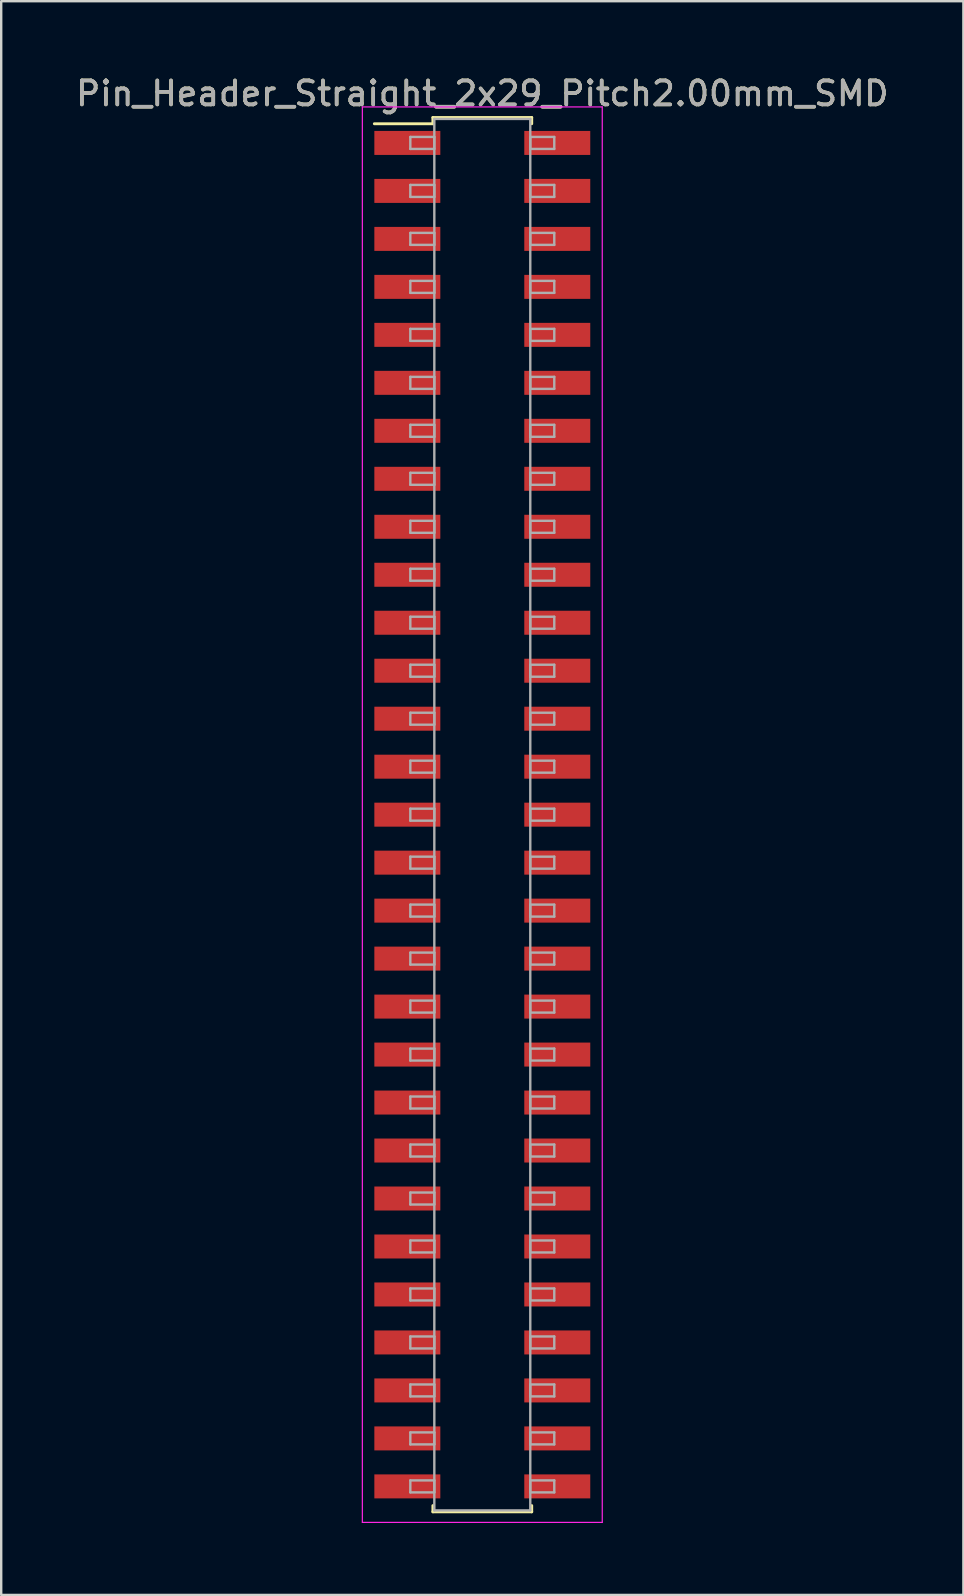
<source format=kicad_pcb>
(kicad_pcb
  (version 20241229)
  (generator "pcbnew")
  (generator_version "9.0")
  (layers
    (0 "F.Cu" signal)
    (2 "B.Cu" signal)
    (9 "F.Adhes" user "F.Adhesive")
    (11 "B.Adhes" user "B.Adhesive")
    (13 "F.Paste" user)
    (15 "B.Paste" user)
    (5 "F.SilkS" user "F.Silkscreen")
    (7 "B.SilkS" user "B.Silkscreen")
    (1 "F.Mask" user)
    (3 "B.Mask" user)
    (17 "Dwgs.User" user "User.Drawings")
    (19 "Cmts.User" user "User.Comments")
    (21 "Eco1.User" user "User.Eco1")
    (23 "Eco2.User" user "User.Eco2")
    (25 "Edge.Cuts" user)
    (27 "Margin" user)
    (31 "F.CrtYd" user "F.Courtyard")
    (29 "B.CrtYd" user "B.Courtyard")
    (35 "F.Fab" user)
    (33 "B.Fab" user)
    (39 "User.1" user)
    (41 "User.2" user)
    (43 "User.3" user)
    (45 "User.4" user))
  (footprint "Pin_Header_Straight_2x29_Pitch2.00mm_SMD"
    (layer "F.Cu")
    (at 17.054 30.908)
    (property "Reference" "Pin_Header_Straight_2x29_Pitch2.00mm_SMD" (at 0 -30.06 0) (layer "F.SilkS") (effects (font (size 1 1) (thickness 0.15))))
    (attr smd)
    (fp_line (start -4.5 -28.8) (end -2.06 -28.8) (stroke (width 0.12) (type solid)) (layer "F.SilkS"))
    (fp_line (start -2.06 -29.06) (end 2.06 -29.06) (stroke (width 0.12) (type solid)) (layer "F.SilkS"))
    (fp_line (start -2.06 -28.8) (end -2.06 -29.06) (stroke (width 0.12) (type solid)) (layer "F.SilkS"))
    (fp_line (start -2.06 28.8) (end -2.06 29.06) (stroke (width 0.12) (type solid)) (layer "F.SilkS"))
    (fp_line (start -2.06 29.06) (end 2.06 29.06) (stroke (width 0.12) (type solid)) (layer "F.SilkS"))
    (fp_line (start 2.06 -29.06) (end 2.06 -28.8) (stroke (width 0.12) (type solid)) (layer "F.SilkS"))
    (fp_line (start 2.06 29.06) (end 2.06 28.8) (stroke (width 0.12) (type solid)) (layer "F.SilkS"))
    (fp_line (start -5 -29.5) (end -5 29.5) (stroke (width 0.05) (type solid)) (layer "F.CrtYd"))
    (fp_line (start -5 29.5) (end 5 29.5) (stroke (width 0.05) (type solid)) (layer "F.CrtYd"))
    (fp_line (start 5 -29.5) (end -5 -29.5) (stroke (width 0.05) (type solid)) (layer "F.CrtYd"))
    (fp_line (start 5 29.5) (end 5 -29.5) (stroke (width 0.05) (type solid)) (layer "F.CrtYd"))
    (fp_line (start -3 -28.25) (end -2 -28.25) (stroke (width 0.1) (type solid)) (layer "F.Fab"))
    (fp_line (start -3 -27.75) (end -3 -28.25) (stroke (width 0.1) (type solid)) (layer "F.Fab"))
    (fp_line (start -3 -26.25) (end -2 -26.25) (stroke (width 0.1) (type solid)) (layer "F.Fab"))
    (fp_line (start -3 -25.75) (end -3 -26.25) (stroke (width 0.1) (type solid)) (layer "F.Fab"))
    (fp_line (start -3 -24.25) (end -2 -24.25) (stroke (width 0.1) (type solid)) (layer "F.Fab"))
    (fp_line (start -3 -23.75) (end -3 -24.25) (stroke (width 0.1) (type solid)) (layer "F.Fab"))
    (fp_line (start -3 -22.25) (end -2 -22.25) (stroke (width 0.1) (type solid)) (layer "F.Fab"))
    (fp_line (start -3 -21.75) (end -3 -22.25) (stroke (width 0.1) (type solid)) (layer "F.Fab"))
    (fp_line (start -3 -20.25) (end -2 -20.25) (stroke (width 0.1) (type solid)) (layer "F.Fab"))
    (fp_line (start -3 -19.75) (end -3 -20.25) (stroke (width 0.1) (type solid)) (layer "F.Fab"))
    (fp_line (start -3 -18.25) (end -2 -18.25) (stroke (width 0.1) (type solid)) (layer "F.Fab"))
    (fp_line (start -3 -17.75) (end -3 -18.25) (stroke (width 0.1) (type solid)) (layer "F.Fab"))
    (fp_line (start -3 -16.25) (end -2 -16.25) (stroke (width 0.1) (type solid)) (layer "F.Fab"))
    (fp_line (start -3 -15.75) (end -3 -16.25) (stroke (width 0.1) (type solid)) (layer "F.Fab"))
    (fp_line (start -3 -14.25) (end -2 -14.25) (stroke (width 0.1) (type solid)) (layer "F.Fab"))
    (fp_line (start -3 -13.75) (end -3 -14.25) (stroke (width 0.1) (type solid)) (layer "F.Fab"))
    (fp_line (start -3 -12.25) (end -2 -12.25) (stroke (width 0.1) (type solid)) (layer "F.Fab"))
    (fp_line (start -3 -11.75) (end -3 -12.25) (stroke (width 0.1) (type solid)) (layer "F.Fab"))
    (fp_line (start -3 -10.25) (end -2 -10.25) (stroke (width 0.1) (type solid)) (layer "F.Fab"))
    (fp_line (start -3 -9.75) (end -3 -10.25) (stroke (width 0.1) (type solid)) (layer "F.Fab"))
    (fp_line (start -3 -8.25) (end -2 -8.25) (stroke (width 0.1) (type solid)) (layer "F.Fab"))
    (fp_line (start -3 -7.75) (end -3 -8.25) (stroke (width 0.1) (type solid)) (layer "F.Fab"))
    (fp_line (start -3 -6.25) (end -2 -6.25) (stroke (width 0.1) (type solid)) (layer "F.Fab"))
    (fp_line (start -3 -5.75) (end -3 -6.25) (stroke (width 0.1) (type solid)) (layer "F.Fab"))
    (fp_line (start -3 -4.25) (end -2 -4.25) (stroke (width 0.1) (type solid)) (layer "F.Fab"))
    (fp_line (start -3 -3.75) (end -3 -4.25) (stroke (width 0.1) (type solid)) (layer "F.Fab"))
    (fp_line (start -3 -2.25) (end -2 -2.25) (stroke (width 0.1) (type solid)) (layer "F.Fab"))
    (fp_line (start -3 -1.75) (end -3 -2.25) (stroke (width 0.1) (type solid)) (layer "F.Fab"))
    (fp_line (start -3 -0.25) (end -2 -0.25) (stroke (width 0.1) (type solid)) (layer "F.Fab"))
    (fp_line (start -3 0.25) (end -3 -0.25) (stroke (width 0.1) (type solid)) (layer "F.Fab"))
    (fp_line (start -3 1.75) (end -2 1.75) (stroke (width 0.1) (type solid)) (layer "F.Fab"))
    (fp_line (start -3 2.25) (end -3 1.75) (stroke (width 0.1) (type solid)) (layer "F.Fab"))
    (fp_line (start -3 3.75) (end -2 3.75) (stroke (width 0.1) (type solid)) (layer "F.Fab"))
    (fp_line (start -3 4.25) (end -3 3.75) (stroke (width 0.1) (type solid)) (layer "F.Fab"))
    (fp_line (start -3 5.75) (end -2 5.75) (stroke (width 0.1) (type solid)) (layer "F.Fab"))
    (fp_line (start -3 6.25) (end -3 5.75) (stroke (width 0.1) (type solid)) (layer "F.Fab"))
    (fp_line (start -3 7.75) (end -2 7.75) (stroke (width 0.1) (type solid)) (layer "F.Fab"))
    (fp_line (start -3 8.25) (end -3 7.75) (stroke (width 0.1) (type solid)) (layer "F.Fab"))
    (fp_line (start -3 9.75) (end -2 9.75) (stroke (width 0.1) (type solid)) (layer "F.Fab"))
    (fp_line (start -3 10.25) (end -3 9.75) (stroke (width 0.1) (type solid)) (layer "F.Fab"))
    (fp_line (start -3 11.75) (end -2 11.75) (stroke (width 0.1) (type solid)) (layer "F.Fab"))
    (fp_line (start -3 12.25) (end -3 11.75) (stroke (width 0.1) (type solid)) (layer "F.Fab"))
    (fp_line (start -3 13.75) (end -2 13.75) (stroke (width 0.1) (type solid)) (layer "F.Fab"))
    (fp_line (start -3 14.25) (end -3 13.75) (stroke (width 0.1) (type solid)) (layer "F.Fab"))
    (fp_line (start -3 15.75) (end -2 15.75) (stroke (width 0.1) (type solid)) (layer "F.Fab"))
    (fp_line (start -3 16.25) (end -3 15.75) (stroke (width 0.1) (type solid)) (layer "F.Fab"))
    (fp_line (start -3 17.75) (end -2 17.75) (stroke (width 0.1) (type solid)) (layer "F.Fab"))
    (fp_line (start -3 18.25) (end -3 17.75) (stroke (width 0.1) (type solid)) (layer "F.Fab"))
    (fp_line (start -3 19.75) (end -2 19.75) (stroke (width 0.1) (type solid)) (layer "F.Fab"))
    (fp_line (start -3 20.25) (end -3 19.75) (stroke (width 0.1) (type solid)) (layer "F.Fab"))
    (fp_line (start -3 21.75) (end -2 21.75) (stroke (width 0.1) (type solid)) (layer "F.Fab"))
    (fp_line (start -3 22.25) (end -3 21.75) (stroke (width 0.1) (type solid)) (layer "F.Fab"))
    (fp_line (start -3 23.75) (end -2 23.75) (stroke (width 0.1) (type solid)) (layer "F.Fab"))
    (fp_line (start -3 24.25) (end -3 23.75) (stroke (width 0.1) (type solid)) (layer "F.Fab"))
    (fp_line (start -3 25.75) (end -2 25.75) (stroke (width 0.1) (type solid)) (layer "F.Fab"))
    (fp_line (start -3 26.25) (end -3 25.75) (stroke (width 0.1) (type solid)) (layer "F.Fab"))
    (fp_line (start -3 27.75) (end -2 27.75) (stroke (width 0.1) (type solid)) (layer "F.Fab"))
    (fp_line (start -3 28.25) (end -3 27.75) (stroke (width 0.1) (type solid)) (layer "F.Fab"))
    (fp_line (start -2 -29) (end -2 29) (stroke (width 0.1) (type solid)) (layer "F.Fab"))
    (fp_line (start -2 -28.25) (end -2 -27.75) (stroke (width 0.1) (type solid)) (layer "F.Fab"))
    (fp_line (start -2 -27.75) (end -3 -27.75) (stroke (width 0.1) (type solid)) (layer "F.Fab"))
    (fp_line (start -2 -26.25) (end -2 -25.75) (stroke (width 0.1) (type solid)) (layer "F.Fab"))
    (fp_line (start -2 -25.75) (end -3 -25.75) (stroke (width 0.1) (type solid)) (layer "F.Fab"))
    (fp_line (start -2 -24.25) (end -2 -23.75) (stroke (width 0.1) (type solid)) (layer "F.Fab"))
    (fp_line (start -2 -23.75) (end -3 -23.75) (stroke (width 0.1) (type solid)) (layer "F.Fab"))
    (fp_line (start -2 -22.25) (end -2 -21.75) (stroke (width 0.1) (type solid)) (layer "F.Fab"))
    (fp_line (start -2 -21.75) (end -3 -21.75) (stroke (width 0.1) (type solid)) (layer "F.Fab"))
    (fp_line (start -2 -20.25) (end -2 -19.75) (stroke (width 0.1) (type solid)) (layer "F.Fab"))
    (fp_line (start -2 -19.75) (end -3 -19.75) (stroke (width 0.1) (type solid)) (layer "F.Fab"))
    (fp_line (start -2 -18.25) (end -2 -17.75) (stroke (width 0.1) (type solid)) (layer "F.Fab"))
    (fp_line (start -2 -17.75) (end -3 -17.75) (stroke (width 0.1) (type solid)) (layer "F.Fab"))
    (fp_line (start -2 -16.25) (end -2 -15.75) (stroke (width 0.1) (type solid)) (layer "F.Fab"))
    (fp_line (start -2 -15.75) (end -3 -15.75) (stroke (width 0.1) (type solid)) (layer "F.Fab"))
    (fp_line (start -2 -14.25) (end -2 -13.75) (stroke (width 0.1) (type solid)) (layer "F.Fab"))
    (fp_line (start -2 -13.75) (end -3 -13.75) (stroke (width 0.1) (type solid)) (layer "F.Fab"))
    (fp_line (start -2 -12.25) (end -2 -11.75) (stroke (width 0.1) (type solid)) (layer "F.Fab"))
    (fp_line (start -2 -11.75) (end -3 -11.75) (stroke (width 0.1) (type solid)) (layer "F.Fab"))
    (fp_line (start -2 -10.25) (end -2 -9.75) (stroke (width 0.1) (type solid)) (layer "F.Fab"))
    (fp_line (start -2 -9.75) (end -3 -9.75) (stroke (width 0.1) (type solid)) (layer "F.Fab"))
    (fp_line (start -2 -8.25) (end -2 -7.75) (stroke (width 0.1) (type solid)) (layer "F.Fab"))
    (fp_line (start -2 -7.75) (end -3 -7.75) (stroke (width 0.1) (type solid)) (layer "F.Fab"))
    (fp_line (start -2 -6.25) (end -2 -5.75) (stroke (width 0.1) (type solid)) (layer "F.Fab"))
    (fp_line (start -2 -5.75) (end -3 -5.75) (stroke (width 0.1) (type solid)) (layer "F.Fab"))
    (fp_line (start -2 -4.25) (end -2 -3.75) (stroke (width 0.1) (type solid)) (layer "F.Fab"))
    (fp_line (start -2 -3.75) (end -3 -3.75) (stroke (width 0.1) (type solid)) (layer "F.Fab"))
    (fp_line (start -2 -2.25) (end -2 -1.75) (stroke (width 0.1) (type solid)) (layer "F.Fab"))
    (fp_line (start -2 -1.75) (end -3 -1.75) (stroke (width 0.1) (type solid)) (layer "F.Fab"))
    (fp_line (start -2 -0.25) (end -2 0.25) (stroke (width 0.1) (type solid)) (layer "F.Fab"))
    (fp_line (start -2 0.25) (end -3 0.25) (stroke (width 0.1) (type solid)) (layer "F.Fab"))
    (fp_line (start -2 1.75) (end -2 2.25) (stroke (width 0.1) (type solid)) (layer "F.Fab"))
    (fp_line (start -2 2.25) (end -3 2.25) (stroke (width 0.1) (type solid)) (layer "F.Fab"))
    (fp_line (start -2 3.75) (end -2 4.25) (stroke (width 0.1) (type solid)) (layer "F.Fab"))
    (fp_line (start -2 4.25) (end -3 4.25) (stroke (width 0.1) (type solid)) (layer "F.Fab"))
    (fp_line (start -2 5.75) (end -2 6.25) (stroke (width 0.1) (type solid)) (layer "F.Fab"))
    (fp_line (start -2 6.25) (end -3 6.25) (stroke (width 0.1) (type solid)) (layer "F.Fab"))
    (fp_line (start -2 7.75) (end -2 8.25) (stroke (width 0.1) (type solid)) (layer "F.Fab"))
    (fp_line (start -2 8.25) (end -3 8.25) (stroke (width 0.1) (type solid)) (layer "F.Fab"))
    (fp_line (start -2 9.75) (end -2 10.25) (stroke (width 0.1) (type solid)) (layer "F.Fab"))
    (fp_line (start -2 10.25) (end -3 10.25) (stroke (width 0.1) (type solid)) (layer "F.Fab"))
    (fp_line (start -2 11.75) (end -2 12.25) (stroke (width 0.1) (type solid)) (layer "F.Fab"))
    (fp_line (start -2 12.25) (end -3 12.25) (stroke (width 0.1) (type solid)) (layer "F.Fab"))
    (fp_line (start -2 13.75) (end -2 14.25) (stroke (width 0.1) (type solid)) (layer "F.Fab"))
    (fp_line (start -2 14.25) (end -3 14.25) (stroke (width 0.1) (type solid)) (layer "F.Fab"))
    (fp_line (start -2 15.75) (end -2 16.25) (stroke (width 0.1) (type solid)) (layer "F.Fab"))
    (fp_line (start -2 16.25) (end -3 16.25) (stroke (width 0.1) (type solid)) (layer "F.Fab"))
    (fp_line (start -2 17.75) (end -2 18.25) (stroke (width 0.1) (type solid)) (layer "F.Fab"))
    (fp_line (start -2 18.25) (end -3 18.25) (stroke (width 0.1) (type solid)) (layer "F.Fab"))
    (fp_line (start -2 19.75) (end -2 20.25) (stroke (width 0.1) (type solid)) (layer "F.Fab"))
    (fp_line (start -2 20.25) (end -3 20.25) (stroke (width 0.1) (type solid)) (layer "F.Fab"))
    (fp_line (start -2 21.75) (end -2 22.25) (stroke (width 0.1) (type solid)) (layer "F.Fab"))
    (fp_line (start -2 22.25) (end -3 22.25) (stroke (width 0.1) (type solid)) (layer "F.Fab"))
    (fp_line (start -2 23.75) (end -2 24.25) (stroke (width 0.1) (type solid)) (layer "F.Fab"))
    (fp_line (start -2 24.25) (end -3 24.25) (stroke (width 0.1) (type solid)) (layer "F.Fab"))
    (fp_line (start -2 25.75) (end -2 26.25) (stroke (width 0.1) (type solid)) (layer "F.Fab"))
    (fp_line (start -2 26.25) (end -3 26.25) (stroke (width 0.1) (type solid)) (layer "F.Fab"))
    (fp_line (start -2 27.75) (end -2 28.25) (stroke (width 0.1) (type solid)) (layer "F.Fab"))
    (fp_line (start -2 28.25) (end -3 28.25) (stroke (width 0.1) (type solid)) (layer "F.Fab"))
    (fp_line (start -2 29) (end 2 29) (stroke (width 0.1) (type solid)) (layer "F.Fab"))
    (fp_line (start 2 -29) (end -2 -29) (stroke (width 0.1) (type solid)) (layer "F.Fab"))
    (fp_line (start 2 -28.25) (end 2 -27.75) (stroke (width 0.1) (type solid)) (layer "F.Fab"))
    (fp_line (start 2 -27.75) (end 3 -27.75) (stroke (width 0.1) (type solid)) (layer "F.Fab"))
    (fp_line (start 2 -26.25) (end 2 -25.75) (stroke (width 0.1) (type solid)) (layer "F.Fab"))
    (fp_line (start 2 -25.75) (end 3 -25.75) (stroke (width 0.1) (type solid)) (layer "F.Fab"))
    (fp_line (start 2 -24.25) (end 2 -23.75) (stroke (width 0.1) (type solid)) (layer "F.Fab"))
    (fp_line (start 2 -23.75) (end 3 -23.75) (stroke (width 0.1) (type solid)) (layer "F.Fab"))
    (fp_line (start 2 -22.25) (end 2 -21.75) (stroke (width 0.1) (type solid)) (layer "F.Fab"))
    (fp_line (start 2 -21.75) (end 3 -21.75) (stroke (width 0.1) (type solid)) (layer "F.Fab"))
    (fp_line (start 2 -20.25) (end 2 -19.75) (stroke (width 0.1) (type solid)) (layer "F.Fab"))
    (fp_line (start 2 -19.75) (end 3 -19.75) (stroke (width 0.1) (type solid)) (layer "F.Fab"))
    (fp_line (start 2 -18.25) (end 2 -17.75) (stroke (width 0.1) (type solid)) (layer "F.Fab"))
    (fp_line (start 2 -17.75) (end 3 -17.75) (stroke (width 0.1) (type solid)) (layer "F.Fab"))
    (fp_line (start 2 -16.25) (end 2 -15.75) (stroke (width 0.1) (type solid)) (layer "F.Fab"))
    (fp_line (start 2 -15.75) (end 3 -15.75) (stroke (width 0.1) (type solid)) (layer "F.Fab"))
    (fp_line (start 2 -14.25) (end 2 -13.75) (stroke (width 0.1) (type solid)) (layer "F.Fab"))
    (fp_line (start 2 -13.75) (end 3 -13.75) (stroke (width 0.1) (type solid)) (layer "F.Fab"))
    (fp_line (start 2 -12.25) (end 2 -11.75) (stroke (width 0.1) (type solid)) (layer "F.Fab"))
    (fp_line (start 2 -11.75) (end 3 -11.75) (stroke (width 0.1) (type solid)) (layer "F.Fab"))
    (fp_line (start 2 -10.25) (end 2 -9.75) (stroke (width 0.1) (type solid)) (layer "F.Fab"))
    (fp_line (start 2 -9.75) (end 3 -9.75) (stroke (width 0.1) (type solid)) (layer "F.Fab"))
    (fp_line (start 2 -8.25) (end 2 -7.75) (stroke (width 0.1) (type solid)) (layer "F.Fab"))
    (fp_line (start 2 -7.75) (end 3 -7.75) (stroke (width 0.1) (type solid)) (layer "F.Fab"))
    (fp_line (start 2 -6.25) (end 2 -5.75) (stroke (width 0.1) (type solid)) (layer "F.Fab"))
    (fp_line (start 2 -5.75) (end 3 -5.75) (stroke (width 0.1) (type solid)) (layer "F.Fab"))
    (fp_line (start 2 -4.25) (end 2 -3.75) (stroke (width 0.1) (type solid)) (layer "F.Fab"))
    (fp_line (start 2 -3.75) (end 3 -3.75) (stroke (width 0.1) (type solid)) (layer "F.Fab"))
    (fp_line (start 2 -2.25) (end 2 -1.75) (stroke (width 0.1) (type solid)) (layer "F.Fab"))
    (fp_line (start 2 -1.75) (end 3 -1.75) (stroke (width 0.1) (type solid)) (layer "F.Fab"))
    (fp_line (start 2 -0.25) (end 2 0.25) (stroke (width 0.1) (type solid)) (layer "F.Fab"))
    (fp_line (start 2 0.25) (end 3 0.25) (stroke (width 0.1) (type solid)) (layer "F.Fab"))
    (fp_line (start 2 1.75) (end 2 2.25) (stroke (width 0.1) (type solid)) (layer "F.Fab"))
    (fp_line (start 2 2.25) (end 3 2.25) (stroke (width 0.1) (type solid)) (layer "F.Fab"))
    (fp_line (start 2 3.75) (end 2 4.25) (stroke (width 0.1) (type solid)) (layer "F.Fab"))
    (fp_line (start 2 4.25) (end 3 4.25) (stroke (width 0.1) (type solid)) (layer "F.Fab"))
    (fp_line (start 2 5.75) (end 2 6.25) (stroke (width 0.1) (type solid)) (layer "F.Fab"))
    (fp_line (start 2 6.25) (end 3 6.25) (stroke (width 0.1) (type solid)) (layer "F.Fab"))
    (fp_line (start 2 7.75) (end 2 8.25) (stroke (width 0.1) (type solid)) (layer "F.Fab"))
    (fp_line (start 2 8.25) (end 3 8.25) (stroke (width 0.1) (type solid)) (layer "F.Fab"))
    (fp_line (start 2 9.75) (end 2 10.25) (stroke (width 0.1) (type solid)) (layer "F.Fab"))
    (fp_line (start 2 10.25) (end 3 10.25) (stroke (width 0.1) (type solid)) (layer "F.Fab"))
    (fp_line (start 2 11.75) (end 2 12.25) (stroke (width 0.1) (type solid)) (layer "F.Fab"))
    (fp_line (start 2 12.25) (end 3 12.25) (stroke (width 0.1) (type solid)) (layer "F.Fab"))
    (fp_line (start 2 13.75) (end 2 14.25) (stroke (width 0.1) (type solid)) (layer "F.Fab"))
    (fp_line (start 2 14.25) (end 3 14.25) (stroke (width 0.1) (type solid)) (layer "F.Fab"))
    (fp_line (start 2 15.75) (end 2 16.25) (stroke (width 0.1) (type solid)) (layer "F.Fab"))
    (fp_line (start 2 16.25) (end 3 16.25) (stroke (width 0.1) (type solid)) (layer "F.Fab"))
    (fp_line (start 2 17.75) (end 2 18.25) (stroke (width 0.1) (type solid)) (layer "F.Fab"))
    (fp_line (start 2 18.25) (end 3 18.25) (stroke (width 0.1) (type solid)) (layer "F.Fab"))
    (fp_line (start 2 19.75) (end 2 20.25) (stroke (width 0.1) (type solid)) (layer "F.Fab"))
    (fp_line (start 2 20.25) (end 3 20.25) (stroke (width 0.1) (type solid)) (layer "F.Fab"))
    (fp_line (start 2 21.75) (end 2 22.25) (stroke (width 0.1) (type solid)) (layer "F.Fab"))
    (fp_line (start 2 22.25) (end 3 22.25) (stroke (width 0.1) (type solid)) (layer "F.Fab"))
    (fp_line (start 2 23.75) (end 2 24.25) (stroke (width 0.1) (type solid)) (layer "F.Fab"))
    (fp_line (start 2 24.25) (end 3 24.25) (stroke (width 0.1) (type solid)) (layer "F.Fab"))
    (fp_line (start 2 25.75) (end 2 26.25) (stroke (width 0.1) (type solid)) (layer "F.Fab"))
    (fp_line (start 2 26.25) (end 3 26.25) (stroke (width 0.1) (type solid)) (layer "F.Fab"))
    (fp_line (start 2 27.75) (end 2 28.25) (stroke (width 0.1) (type solid)) (layer "F.Fab"))
    (fp_line (start 2 28.25) (end 3 28.25) (stroke (width 0.1) (type solid)) (layer "F.Fab"))
    (fp_line (start 2 29) (end 2 -29) (stroke (width 0.1) (type solid)) (layer "F.Fab"))
    (fp_line (start 3 -28.25) (end 2 -28.25) (stroke (width 0.1) (type solid)) (layer "F.Fab"))
    (fp_line (start 3 -27.75) (end 3 -28.25) (stroke (width 0.1) (type solid)) (layer "F.Fab"))
    (fp_line (start 3 -26.25) (end 2 -26.25) (stroke (width 0.1) (type solid)) (layer "F.Fab"))
    (fp_line (start 3 -25.75) (end 3 -26.25) (stroke (width 0.1) (type solid)) (layer "F.Fab"))
    (fp_line (start 3 -24.25) (end 2 -24.25) (stroke (width 0.1) (type solid)) (layer "F.Fab"))
    (fp_line (start 3 -23.75) (end 3 -24.25) (stroke (width 0.1) (type solid)) (layer "F.Fab"))
    (fp_line (start 3 -22.25) (end 2 -22.25) (stroke (width 0.1) (type solid)) (layer "F.Fab"))
    (fp_line (start 3 -21.75) (end 3 -22.25) (stroke (width 0.1) (type solid)) (layer "F.Fab"))
    (fp_line (start 3 -20.25) (end 2 -20.25) (stroke (width 0.1) (type solid)) (layer "F.Fab"))
    (fp_line (start 3 -19.75) (end 3 -20.25) (stroke (width 0.1) (type solid)) (layer "F.Fab"))
    (fp_line (start 3 -18.25) (end 2 -18.25) (stroke (width 0.1) (type solid)) (layer "F.Fab"))
    (fp_line (start 3 -17.75) (end 3 -18.25) (stroke (width 0.1) (type solid)) (layer "F.Fab"))
    (fp_line (start 3 -16.25) (end 2 -16.25) (stroke (width 0.1) (type solid)) (layer "F.Fab"))
    (fp_line (start 3 -15.75) (end 3 -16.25) (stroke (width 0.1) (type solid)) (layer "F.Fab"))
    (fp_line (start 3 -14.25) (end 2 -14.25) (stroke (width 0.1) (type solid)) (layer "F.Fab"))
    (fp_line (start 3 -13.75) (end 3 -14.25) (stroke (width 0.1) (type solid)) (layer "F.Fab"))
    (fp_line (start 3 -12.25) (end 2 -12.25) (stroke (width 0.1) (type solid)) (layer "F.Fab"))
    (fp_line (start 3 -11.75) (end 3 -12.25) (stroke (width 0.1) (type solid)) (layer "F.Fab"))
    (fp_line (start 3 -10.25) (end 2 -10.25) (stroke (width 0.1) (type solid)) (layer "F.Fab"))
    (fp_line (start 3 -9.75) (end 3 -10.25) (stroke (width 0.1) (type solid)) (layer "F.Fab"))
    (fp_line (start 3 -8.25) (end 2 -8.25) (stroke (width 0.1) (type solid)) (layer "F.Fab"))
    (fp_line (start 3 -7.75) (end 3 -8.25) (stroke (width 0.1) (type solid)) (layer "F.Fab"))
    (fp_line (start 3 -6.25) (end 2 -6.25) (stroke (width 0.1) (type solid)) (layer "F.Fab"))
    (fp_line (start 3 -5.75) (end 3 -6.25) (stroke (width 0.1) (type solid)) (layer "F.Fab"))
    (fp_line (start 3 -4.25) (end 2 -4.25) (stroke (width 0.1) (type solid)) (layer "F.Fab"))
    (fp_line (start 3 -3.75) (end 3 -4.25) (stroke (width 0.1) (type solid)) (layer "F.Fab"))
    (fp_line (start 3 -2.25) (end 2 -2.25) (stroke (width 0.1) (type solid)) (layer "F.Fab"))
    (fp_line (start 3 -1.75) (end 3 -2.25) (stroke (width 0.1) (type solid)) (layer "F.Fab"))
    (fp_line (start 3 -0.25) (end 2 -0.25) (stroke (width 0.1) (type solid)) (layer "F.Fab"))
    (fp_line (start 3 0.25) (end 3 -0.25) (stroke (width 0.1) (type solid)) (layer "F.Fab"))
    (fp_line (start 3 1.75) (end 2 1.75) (stroke (width 0.1) (type solid)) (layer "F.Fab"))
    (fp_line (start 3 2.25) (end 3 1.75) (stroke (width 0.1) (type solid)) (layer "F.Fab"))
    (fp_line (start 3 3.75) (end 2 3.75) (stroke (width 0.1) (type solid)) (layer "F.Fab"))
    (fp_line (start 3 4.25) (end 3 3.75) (stroke (width 0.1) (type solid)) (layer "F.Fab"))
    (fp_line (start 3 5.75) (end 2 5.75) (stroke (width 0.1) (type solid)) (layer "F.Fab"))
    (fp_line (start 3 6.25) (end 3 5.75) (stroke (width 0.1) (type solid)) (layer "F.Fab"))
    (fp_line (start 3 7.75) (end 2 7.75) (stroke (width 0.1) (type solid)) (layer "F.Fab"))
    (fp_line (start 3 8.25) (end 3 7.75) (stroke (width 0.1) (type solid)) (layer "F.Fab"))
    (fp_line (start 3 9.75) (end 2 9.75) (stroke (width 0.1) (type solid)) (layer "F.Fab"))
    (fp_line (start 3 10.25) (end 3 9.75) (stroke (width 0.1) (type solid)) (layer "F.Fab"))
    (fp_line (start 3 11.75) (end 2 11.75) (stroke (width 0.1) (type solid)) (layer "F.Fab"))
    (fp_line (start 3 12.25) (end 3 11.75) (stroke (width 0.1) (type solid)) (layer "F.Fab"))
    (fp_line (start 3 13.75) (end 2 13.75) (stroke (width 0.1) (type solid)) (layer "F.Fab"))
    (fp_line (start 3 14.25) (end 3 13.75) (stroke (width 0.1) (type solid)) (layer "F.Fab"))
    (fp_line (start 3 15.75) (end 2 15.75) (stroke (width 0.1) (type solid)) (layer "F.Fab"))
    (fp_line (start 3 16.25) (end 3 15.75) (stroke (width 0.1) (type solid)) (layer "F.Fab"))
    (fp_line (start 3 17.75) (end 2 17.75) (stroke (width 0.1) (type solid)) (layer "F.Fab"))
    (fp_line (start 3 18.25) (end 3 17.75) (stroke (width 0.1) (type solid)) (layer "F.Fab"))
    (fp_line (start 3 19.75) (end 2 19.75) (stroke (width 0.1) (type solid)) (layer "F.Fab"))
    (fp_line (start 3 20.25) (end 3 19.75) (stroke (width 0.1) (type solid)) (layer "F.Fab"))
    (fp_line (start 3 21.75) (end 2 21.75) (stroke (width 0.1) (type solid)) (layer "F.Fab"))
    (fp_line (start 3 22.25) (end 3 21.75) (stroke (width 0.1) (type solid)) (layer "F.Fab"))
    (fp_line (start 3 23.75) (end 2 23.75) (stroke (width 0.1) (type solid)) (layer "F.Fab"))
    (fp_line (start 3 24.25) (end 3 23.75) (stroke (width 0.1) (type solid)) (layer "F.Fab"))
    (fp_line (start 3 25.75) (end 2 25.75) (stroke (width 0.1) (type solid)) (layer "F.Fab"))
    (fp_line (start 3 26.25) (end 3 25.75) (stroke (width 0.1) (type solid)) (layer "F.Fab"))
    (fp_line (start 3 27.75) (end 2 27.75) (stroke (width 0.1) (type solid)) (layer "F.Fab"))
    (fp_line (start 3 28.25) (end 3 27.75) (stroke (width 0.1) (type solid)) (layer "F.Fab"))
    (fp_text user "${REFERENCE}" (at 0 -30.06 0) (layer "F.Fab") (effects (font (size 1 1) (thickness 0.15))))
    (pad "1" smd rect (at -3.125 -28) (size 2.75 1) (layers "F.Cu" "F.Mask" "F.Paste"))
    (pad "2" smd rect (at 3.125 -28) (size 2.75 1) (layers "F.Cu" "F.Mask" "F.Paste"))
    (pad "3" smd rect (at -3.125 -26) (size 2.75 1) (layers "F.Cu" "F.Mask" "F.Paste"))
    (pad "4" smd rect (at 3.125 -26) (size 2.75 1) (layers "F.Cu" "F.Mask" "F.Paste"))
    (pad "5" smd rect (at -3.125 -24) (size 2.75 1) (layers "F.Cu" "F.Mask" "F.Paste"))
    (pad "6" smd rect (at 3.125 -24) (size 2.75 1) (layers "F.Cu" "F.Mask" "F.Paste"))
    (pad "7" smd rect (at -3.125 -22) (size 2.75 1) (layers "F.Cu" "F.Mask" "F.Paste"))
    (pad "8" smd rect (at 3.125 -22) (size 2.75 1) (layers "F.Cu" "F.Mask" "F.Paste"))
    (pad "9" smd rect (at -3.125 -20) (size 2.75 1) (layers "F.Cu" "F.Mask" "F.Paste"))
    (pad "10" smd rect (at 3.125 -20) (size 2.75 1) (layers "F.Cu" "F.Mask" "F.Paste"))
    (pad "11" smd rect (at -3.125 -18) (size 2.75 1) (layers "F.Cu" "F.Mask" "F.Paste"))
    (pad "12" smd rect (at 3.125 -18) (size 2.75 1) (layers "F.Cu" "F.Mask" "F.Paste"))
    (pad "13" smd rect (at -3.125 -16) (size 2.75 1) (layers "F.Cu" "F.Mask" "F.Paste"))
    (pad "14" smd rect (at 3.125 -16) (size 2.75 1) (layers "F.Cu" "F.Mask" "F.Paste"))
    (pad "15" smd rect (at -3.125 -14) (size 2.75 1) (layers "F.Cu" "F.Mask" "F.Paste"))
    (pad "16" smd rect (at 3.125 -14) (size 2.75 1) (layers "F.Cu" "F.Mask" "F.Paste"))
    (pad "17" smd rect (at -3.125 -12) (size 2.75 1) (layers "F.Cu" "F.Mask" "F.Paste"))
    (pad "18" smd rect (at 3.125 -12) (size 2.75 1) (layers "F.Cu" "F.Mask" "F.Paste"))
    (pad "19" smd rect (at -3.125 -10) (size 2.75 1) (layers "F.Cu" "F.Mask" "F.Paste"))
    (pad "20" smd rect (at 3.125 -10) (size 2.75 1) (layers "F.Cu" "F.Mask" "F.Paste"))
    (pad "21" smd rect (at -3.125 -8) (size 2.75 1) (layers "F.Cu" "F.Mask" "F.Paste"))
    (pad "22" smd rect (at 3.125 -8) (size 2.75 1) (layers "F.Cu" "F.Mask" "F.Paste"))
    (pad "23" smd rect (at -3.125 -6) (size 2.75 1) (layers "F.Cu" "F.Mask" "F.Paste"))
    (pad "24" smd rect (at 3.125 -6) (size 2.75 1) (layers "F.Cu" "F.Mask" "F.Paste"))
    (pad "25" smd rect (at -3.125 -4) (size 2.75 1) (layers "F.Cu" "F.Mask" "F.Paste"))
    (pad "26" smd rect (at 3.125 -4) (size 2.75 1) (layers "F.Cu" "F.Mask" "F.Paste"))
    (pad "27" smd rect (at -3.125 -2) (size 2.75 1) (layers "F.Cu" "F.Mask" "F.Paste"))
    (pad "28" smd rect (at 3.125 -2) (size 2.75 1) (layers "F.Cu" "F.Mask" "F.Paste"))
    (pad "29" smd rect (at -3.125 0) (size 2.75 1) (layers "F.Cu" "F.Mask" "F.Paste"))
    (pad "30" smd rect (at 3.125 0) (size 2.75 1) (layers "F.Cu" "F.Mask" "F.Paste"))
    (pad "31" smd rect (at -3.125 2) (size 2.75 1) (layers "F.Cu" "F.Mask" "F.Paste"))
    (pad "32" smd rect (at 3.125 2) (size 2.75 1) (layers "F.Cu" "F.Mask" "F.Paste"))
    (pad "33" smd rect (at -3.125 4) (size 2.75 1) (layers "F.Cu" "F.Mask" "F.Paste"))
    (pad "34" smd rect (at 3.125 4) (size 2.75 1) (layers "F.Cu" "F.Mask" "F.Paste"))
    (pad "35" smd rect (at -3.125 6) (size 2.75 1) (layers "F.Cu" "F.Mask" "F.Paste"))
    (pad "36" smd rect (at 3.125 6) (size 2.75 1) (layers "F.Cu" "F.Mask" "F.Paste"))
    (pad "37" smd rect (at -3.125 8) (size 2.75 1) (layers "F.Cu" "F.Mask" "F.Paste"))
    (pad "38" smd rect (at 3.125 8) (size 2.75 1) (layers "F.Cu" "F.Mask" "F.Paste"))
    (pad "39" smd rect (at -3.125 10) (size 2.75 1) (layers "F.Cu" "F.Mask" "F.Paste"))
    (pad "40" smd rect (at 3.125 10) (size 2.75 1) (layers "F.Cu" "F.Mask" "F.Paste"))
    (pad "41" smd rect (at -3.125 12) (size 2.75 1) (layers "F.Cu" "F.Mask" "F.Paste"))
    (pad "42" smd rect (at 3.125 12) (size 2.75 1) (layers "F.Cu" "F.Mask" "F.Paste"))
    (pad "43" smd rect (at -3.125 14) (size 2.75 1) (layers "F.Cu" "F.Mask" "F.Paste"))
    (pad "44" smd rect (at 3.125 14) (size 2.75 1) (layers "F.Cu" "F.Mask" "F.Paste"))
    (pad "45" smd rect (at -3.125 16) (size 2.75 1) (layers "F.Cu" "F.Mask" "F.Paste"))
    (pad "46" smd rect (at 3.125 16) (size 2.75 1) (layers "F.Cu" "F.Mask" "F.Paste"))
    (pad "47" smd rect (at -3.125 18) (size 2.75 1) (layers "F.Cu" "F.Mask" "F.Paste"))
    (pad "48" smd rect (at 3.125 18) (size 2.75 1) (layers "F.Cu" "F.Mask" "F.Paste"))
    (pad "49" smd rect (at -3.125 20) (size 2.75 1) (layers "F.Cu" "F.Mask" "F.Paste"))
    (pad "50" smd rect (at 3.125 20) (size 2.75 1) (layers "F.Cu" "F.Mask" "F.Paste"))
    (pad "51" smd rect (at -3.125 22) (size 2.75 1) (layers "F.Cu" "F.Mask" "F.Paste"))
    (pad "52" smd rect (at 3.125 22) (size 2.75 1) (layers "F.Cu" "F.Mask" "F.Paste"))
    (pad "53" smd rect (at -3.125 24) (size 2.75 1) (layers "F.Cu" "F.Mask" "F.Paste"))
    (pad "54" smd rect (at 3.125 24) (size 2.75 1) (layers "F.Cu" "F.Mask" "F.Paste"))
    (pad "55" smd rect (at -3.125 26) (size 2.75 1) (layers "F.Cu" "F.Mask" "F.Paste"))
    (pad "56" smd rect (at 3.125 26) (size 2.75 1) (layers "F.Cu" "F.Mask" "F.Paste"))
    (pad "57" smd rect (at -3.125 28) (size 2.75 1) (layers "F.Cu" "F.Mask" "F.Paste"))
    (pad "58" smd rect (at 3.125 28) (size 2.75 1) (layers "F.Cu" "F.Mask" "F.Paste")))
  (gr_rect
    (start -3 -3)
    (end 37.107 63.433)
    (stroke (width 0.1) (type default))
    (fill no)
    (layer "Edge.Cuts")))
</source>
